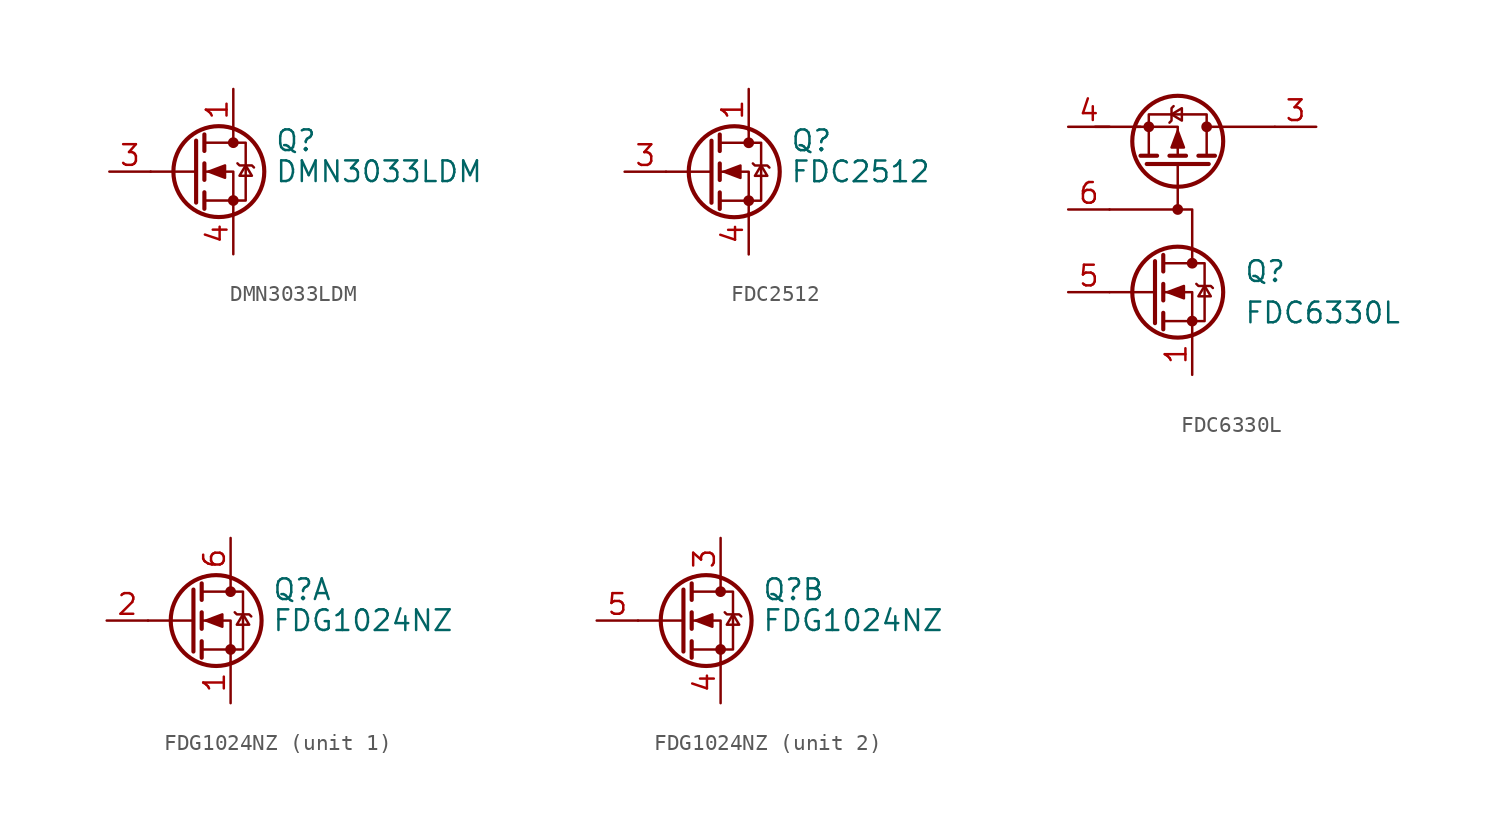
<source format=kicad_sym>
(kicad_symbol_lib
  (version 20220914)
  (generator kicad_symbol_editor)
  (symbol "DMN3033LDM"
    (pin_names hide)
    (property "Reference" "Q"
      (at 5.08 1.905 0)
      (effects (font (size 1.27 1.27)) (justify left)))
    (property "Value" "DMN3033LDM"
      (at 5.08 0 0)
      (effects (font (size 1.27 1.27)) (justify left)))
    (symbol "DMN3033LDM_0_1"
      (polyline (pts (xy 0.254 0) (xy -2.54 0)) (stroke (width 0) (type default)) (fill (type none)))
      (polyline (pts (xy 0.254 1.905) (xy 0.254 -1.905)) (stroke (width 0.254) (type default)) (fill (type none)))
      (polyline (pts (xy 0.762 -1.27) (xy 0.762 -2.286)) (stroke (width 0.254) (type default)) (fill (type none)))
      (polyline (pts (xy 0.762 0.508) (xy 0.762 -0.508)) (stroke (width 0.254) (type default)) (fill (type none)))
      (polyline (pts (xy 0.762 2.286) (xy 0.762 1.27)) (stroke (width 0.254) (type default)) (fill (type none)))
      (polyline (pts (xy 2.54 2.54) (xy 2.54 1.778)) (stroke (width 0) (type default)) (fill (type none)))
      (polyline (pts (xy 2.54 -2.54) (xy 2.54 0) (xy 0.762 0)) (stroke (width 0) (type default)) (fill (type none)))
      (polyline (pts (xy 0.762 -1.778) (xy 3.302 -1.778) (xy 3.302 1.778) (xy 0.762 1.778)) (stroke (width 0) (type default)) (fill (type none)))
      (polyline (pts (xy 1.016 0) (xy 2.032 0.381) (xy 2.032 -0.381) (xy 1.016 0)) (stroke (width 0) (type default)) (fill (type outline)))
      (polyline (pts (xy 2.794 0.508) (xy 2.921 0.381) (xy 3.683 0.381) (xy 3.81 0.254)) (stroke (width 0) (type default)) (fill (type none)))
      (polyline (pts (xy 3.302 0.381) (xy 2.921 -0.254) (xy 3.683 -0.254) (xy 3.302 0.381)) (stroke (width 0) (type default)) (fill (type none)))
      (circle (center 1.651 0) (radius 2.794) (stroke (width 0.254) (type default)) (fill (type none)))
      (circle (center 2.54 -1.778) (radius 0.254) (stroke (width 0) (type default)) (fill (type outline)))
      (circle (center 2.54 1.778) (radius 0.254) (stroke (width 0) (type default)) (fill (type outline))))
    (symbol "DMN3033LDM_1_1"
      (pin passive line (at 2.54 5.08 270) (length 2.54) (name "D" (effects (font (size 1.27 1.27)))) (number "1" (effects (font (size 1.27 1.27)))))
      (pin passive line (at 2.54 5.08 270) (length 2.54) hide (name "D" (effects (font (size 1.27 1.27)))) (number "2" (effects (font (size 1.27 1.27)))))
      (pin input line (at -5.08 0 0) (length 2.54) (name "G" (effects (font (size 1.27 1.27)))) (number "3" (effects (font (size 1.27 1.27)))))
      (pin passive line (at 2.54 -5.08 90) (length 2.54) (name "S" (effects (font (size 1.27 1.27)))) (number "4" (effects (font (size 1.27 1.27)))))
      (pin passive line (at 2.54 5.08 270) (length 2.54) hide (name "D" (effects (font (size 1.27 1.27)))) (number "5" (effects (font (size 1.27 1.27)))))
      (pin passive line (at 2.54 5.08 270) (length 2.54) hide (name "D" (effects (font (size 1.27 1.27)))) (number "6" (effects (font (size 1.27 1.27)))))))
  (symbol "FDC2512"
    (pin_names hide)
    (property "Reference" "Q"
      (at 5.08 1.905 0)
      (effects (font (size 1.27 1.27)) (justify left)))
    (property "Value" "FDC2512"
      (at 5.08 0 0)
      (effects (font (size 1.27 1.27)) (justify left)))
    (symbol "FDC2512_0_1"
      (polyline (pts (xy 0.254 0) (xy -2.54 0)) (stroke (width 0) (type default)) (fill (type none)))
      (polyline (pts (xy 0.254 1.905) (xy 0.254 -1.905)) (stroke (width 0.254) (type default)) (fill (type none)))
      (polyline (pts (xy 0.762 -1.27) (xy 0.762 -2.286)) (stroke (width 0.254) (type default)) (fill (type none)))
      (polyline (pts (xy 0.762 0.508) (xy 0.762 -0.508)) (stroke (width 0.254) (type default)) (fill (type none)))
      (polyline (pts (xy 0.762 2.286) (xy 0.762 1.27)) (stroke (width 0.254) (type default)) (fill (type none)))
      (polyline (pts (xy 2.54 2.54) (xy 2.54 1.778)) (stroke (width 0) (type default)) (fill (type none)))
      (polyline (pts (xy 2.54 -2.54) (xy 2.54 0) (xy 0.762 0)) (stroke (width 0) (type default)) (fill (type none)))
      (polyline (pts (xy 0.762 -1.778) (xy 3.302 -1.778) (xy 3.302 1.778) (xy 0.762 1.778)) (stroke (width 0) (type default)) (fill (type none)))
      (polyline (pts (xy 1.016 0) (xy 2.032 0.381) (xy 2.032 -0.381) (xy 1.016 0)) (stroke (width 0) (type default)) (fill (type outline)))
      (polyline (pts (xy 2.794 0.508) (xy 2.921 0.381) (xy 3.683 0.381) (xy 3.81 0.254)) (stroke (width 0) (type default)) (fill (type none)))
      (polyline (pts (xy 3.302 0.381) (xy 2.921 -0.254) (xy 3.683 -0.254) (xy 3.302 0.381)) (stroke (width 0) (type default)) (fill (type none)))
      (circle (center 1.651 0) (radius 2.794) (stroke (width 0.254) (type default)) (fill (type none)))
      (circle (center 2.54 -1.778) (radius 0.254) (stroke (width 0) (type default)) (fill (type outline)))
      (circle (center 2.54 1.778) (radius 0.254) (stroke (width 0) (type default)) (fill (type outline))))
    (symbol "FDC2512_1_1"
      (pin passive line (at 2.54 5.08 270) (length 2.54) (name "D" (effects (font (size 1.27 1.27)))) (number "1" (effects (font (size 1.27 1.27)))))
      (pin passive line (at 2.54 5.08 270) (length 2.54) hide (name "D" (effects (font (size 1.27 1.27)))) (number "2" (effects (font (size 1.27 1.27)))))
      (pin passive line (at -5.08 0 0) (length 2.54) (name "G" (effects (font (size 1.27 1.27)))) (number "3" (effects (font (size 1.27 1.27)))))
      (pin passive line (at 2.54 -5.08 90) (length 2.54) (name "S" (effects (font (size 1.27 1.27)))) (number "4" (effects (font (size 1.27 1.27)))))
      (pin passive line (at 2.54 5.08 270) (length 2.54) hide (name "D" (effects (font (size 1.27 1.27)))) (number "5" (effects (font (size 1.27 1.27)))))
      (pin passive line (at 2.54 5.08 270) (length 2.54) hide (name "D" (effects (font (size 1.27 1.27)))) (number "6" (effects (font (size 1.27 1.27)))))))
  (symbol "FDC6330L"
    (pin_names hide)
    (property "Reference" "Q"
      (at 3.175 -1.27 0)
      (effects (font (size 1.27 1.27)) (justify left)))
    (property "Value" "FDC6330L"
      (at 3.175 -3.81 0)
      (effects (font (size 1.27 1.27)) (justify left)))
    (symbol "FDC6330L_0_1"
      (circle (center -0.889 -2.54) (radius 2.794) (stroke (width 0.254) (type default)) (fill (type none)))
      (circle (center 0 -4.318) (radius 0.254) (stroke (width 0) (type default)) (fill (type outline)))
      (circle (center 0 -0.762) (radius 0.254) (stroke (width 0) (type default)) (fill (type outline)))
      (polyline (pts (xy -2.286 -2.54) (xy -5.08 -2.54)) (stroke (width 0) (type default)) (fill (type none)))
      (polyline (pts (xy -2.286 -0.635) (xy -2.286 -4.445)) (stroke (width 0.254) (type default)) (fill (type none)))
      (polyline (pts (xy -1.778 -3.81) (xy -1.778 -4.826)) (stroke (width 0.254) (type default)) (fill (type none)))
      (polyline (pts (xy -1.778 -2.032) (xy -1.778 -3.048)) (stroke (width 0.254) (type default)) (fill (type none)))
      (polyline (pts (xy -1.778 -0.254) (xy -1.778 -1.27)) (stroke (width 0.254) (type default)) (fill (type none)))
      (polyline (pts (xy 0 0) (xy 0 -0.762)) (stroke (width 0) (type default)) (fill (type none)))
      (polyline (pts (xy 5.08 7.62) (xy 1.651 7.62)) (stroke (width 0) (type default)) (fill (type none)))
      (polyline (pts (xy -5.08 2.54) (xy 0 2.54) (xy 0 0)) (stroke (width 0) (type default)) (fill (type none)))
      (polyline (pts (xy 0 -5.08) (xy 0 -2.54) (xy -1.778 -2.54)) (stroke (width 0) (type default)) (fill (type none)))
      (polyline (pts (xy -1.778 -4.318) (xy 0.762 -4.318) (xy 0.762 -0.762) (xy -1.778 -0.762)) (stroke (width 0) (type default)) (fill (type none))))
    (symbol "FDC6330L_1_1"
      (circle (center -2.667 7.62) (radius 0.254) (stroke (width 0) (type default)) (fill (type outline)))
      (circle (center -0.889 2.54) (radius 0.254) (stroke (width 0) (type default)) (fill (type outline)))
      (circle (center -0.889 6.731) (radius 2.794) (stroke (width 0.254) (type default)) (fill (type none)))
      (polyline (pts (xy -3.175 7.62) (xy -5.969 7.62)) (stroke (width 0) (type default)) (fill (type none)))
      (polyline (pts (xy -2.159 5.842) (xy -3.175 5.842)) (stroke (width 0.254) (type default)) (fill (type none)))
      (polyline (pts (xy -0.889 5.334) (xy -0.889 2.54)) (stroke (width 0) (type default)) (fill (type none)))
      (polyline (pts (xy -0.381 5.842) (xy -1.397 5.842)) (stroke (width 0.254) (type default)) (fill (type none)))
      (polyline (pts (xy 1.016 5.334) (xy -2.794 5.334)) (stroke (width 0.254) (type default)) (fill (type none)))
      (polyline (pts (xy 1.397 5.842) (xy 0.381 5.842)) (stroke (width 0.254) (type default)) (fill (type none)))
      (polyline (pts (xy 1.651 7.62) (xy 0.889 7.62)) (stroke (width 0) (type default)) (fill (type none)))
      (polyline (pts (xy -3.429 7.62) (xy -0.889 7.62) (xy -0.889 5.842)) (stroke (width 0) (type default)) (fill (type none)))
      (polyline (pts (xy -2.667 5.842) (xy -2.667 8.382) (xy 0.889 8.382) (xy 0.889 5.842)) (stroke (width 0) (type default)) (fill (type none)))
      (polyline (pts (xy -1.524 -2.54) (xy -0.508 -2.159) (xy -0.508 -2.921) (xy -1.524 -2.54)) (stroke (width 0) (type default)) (fill (type outline)))
      (polyline (pts (xy -1.397 7.874) (xy -1.27 8.001) (xy -1.27 8.763) (xy -1.143 8.89)) (stroke (width 0) (type default)) (fill (type none)))
      (polyline (pts (xy -1.27 8.382) (xy -0.635 8.001) (xy -0.635 8.763) (xy -1.27 8.382)) (stroke (width 0) (type default)) (fill (type none)))
      (polyline (pts (xy -0.889 7.366) (xy -0.508 6.35) (xy -1.27 6.35) (xy -0.889 7.366)) (stroke (width 0) (type default)) (fill (type outline)))
      (polyline (pts (xy 0.254 -2.032) (xy 0.381 -2.159) (xy 1.143 -2.159) (xy 1.27 -2.286)) (stroke (width 0) (type default)) (fill (type none)))
      (polyline (pts (xy 0.762 -2.159) (xy 0.381 -2.794) (xy 1.143 -2.794) (xy 0.762 -2.159)) (stroke (width 0) (type default)) (fill (type none)))
      (circle (center 0.889 7.62) (radius 0.254) (stroke (width 0) (type default)) (fill (type outline)))
      (pin passive line (at 0 -7.62 90) (length 2.54) (name "S1" (effects (font (size 1.27 1.27)))) (number "1" (effects (font (size 1.27 1.27)))))
      (pin passive line (at 7.62 7.62 180) (length 2.54) hide (name "D2" (effects (font (size 1.27 1.27)))) (number "2" (effects (font (size 1.27 1.27)))))
      (pin passive line (at 7.62 7.62 180) (length 2.54) (name "D2" (effects (font (size 1.27 1.27)))) (number "3" (effects (font (size 1.27 1.27)))))
      (pin passive line (at -7.62 7.62 0) (length 2.54) (name "S2" (effects (font (size 1.27 1.27)))) (number "4" (effects (font (size 1.27 1.27)))))
      (pin passive line (at -7.62 -2.54 0) (length 2.54) (name "G1" (effects (font (size 1.27 1.27)))) (number "5" (effects (font (size 1.27 1.27)))))
      (pin passive line (at -7.62 2.54 0) (length 2.54) (name "D1" (effects (font (size 1.27 1.27)))) (number "6" (effects (font (size 1.27 1.27)))))))
  (symbol "FDG1024NZ"
    (pin_names hide)
    (property "Reference" "Q"
      (at 5.08 1.905 0)
      (effects (font (size 1.27 1.27)) (justify left)))
    (property "Value" "FDG1024NZ"
      (at 5.08 0 0)
      (effects (font (size 1.27 1.27)) (justify left)))
    (symbol "FDG1024NZ_0_1"
      (polyline (pts (xy 0.254 0) (xy -2.54 0)) (stroke (width 0) (type default)) (fill (type none)))
      (polyline (pts (xy 0.254 1.905) (xy 0.254 -1.905)) (stroke (width 0.254) (type default)) (fill (type none)))
      (polyline (pts (xy 0.762 -1.27) (xy 0.762 -2.286)) (stroke (width 0.254) (type default)) (fill (type none)))
      (polyline (pts (xy 0.762 0.508) (xy 0.762 -0.508)) (stroke (width 0.254) (type default)) (fill (type none)))
      (polyline (pts (xy 0.762 2.286) (xy 0.762 1.27)) (stroke (width 0.254) (type default)) (fill (type none)))
      (polyline (pts (xy 2.54 2.54) (xy 2.54 1.778)) (stroke (width 0) (type default)) (fill (type none)))
      (polyline (pts (xy 2.54 -2.54) (xy 2.54 0) (xy 0.762 0)) (stroke (width 0) (type default)) (fill (type none)))
      (polyline (pts (xy 0.762 -1.778) (xy 3.302 -1.778) (xy 3.302 1.778) (xy 0.762 1.778)) (stroke (width 0) (type default)) (fill (type none)))
      (polyline (pts (xy 1.016 0) (xy 2.032 0.381) (xy 2.032 -0.381) (xy 1.016 0)) (stroke (width 0) (type default)) (fill (type outline)))
      (polyline (pts (xy 2.794 0.508) (xy 2.921 0.381) (xy 3.683 0.381) (xy 3.81 0.254)) (stroke (width 0) (type default)) (fill (type none)))
      (polyline (pts (xy 3.302 0.381) (xy 2.921 -0.254) (xy 3.683 -0.254) (xy 3.302 0.381)) (stroke (width 0) (type default)) (fill (type none)))
      (circle (center 1.651 0) (radius 2.794) (stroke (width 0.254) (type default)) (fill (type none)))
      (circle (center 2.54 -1.778) (radius 0.254) (stroke (width 0) (type default)) (fill (type outline)))
      (circle (center 2.54 1.778) (radius 0.254) (stroke (width 0) (type default)) (fill (type outline))))
    (symbol "FDG1024NZ_1_1"
      (pin passive line (at 2.54 -5.08 90) (length 2.54) (name "S" (effects (font (size 1.27 1.27)))) (number "1" (effects (font (size 1.27 1.27)))))
      (pin passive line (at -5.08 0 0) (length 2.54) (name "G" (effects (font (size 1.27 1.27)))) (number "2" (effects (font (size 1.27 1.27)))))
      (pin passive line (at 2.54 5.08 270) (length 2.54) (name "D" (effects (font (size 1.27 1.27)))) (number "6" (effects (font (size 1.27 1.27))))))
    (symbol "FDG1024NZ_2_1"
      (pin passive line (at 2.54 5.08 270) (length 2.54) (name "D" (effects (font (size 1.27 1.27)))) (number "3" (effects (font (size 1.27 1.27)))))
      (pin passive line (at 2.54 -5.08 90) (length 2.54) (name "S" (effects (font (size 1.27 1.27)))) (number "4" (effects (font (size 1.27 1.27)))))
      (pin passive line (at -5.08 0 0) (length 2.54) (name "G" (effects (font (size 1.27 1.27)))) (number "5" (effects (font (size 1.27 1.27))))))))
</source>
